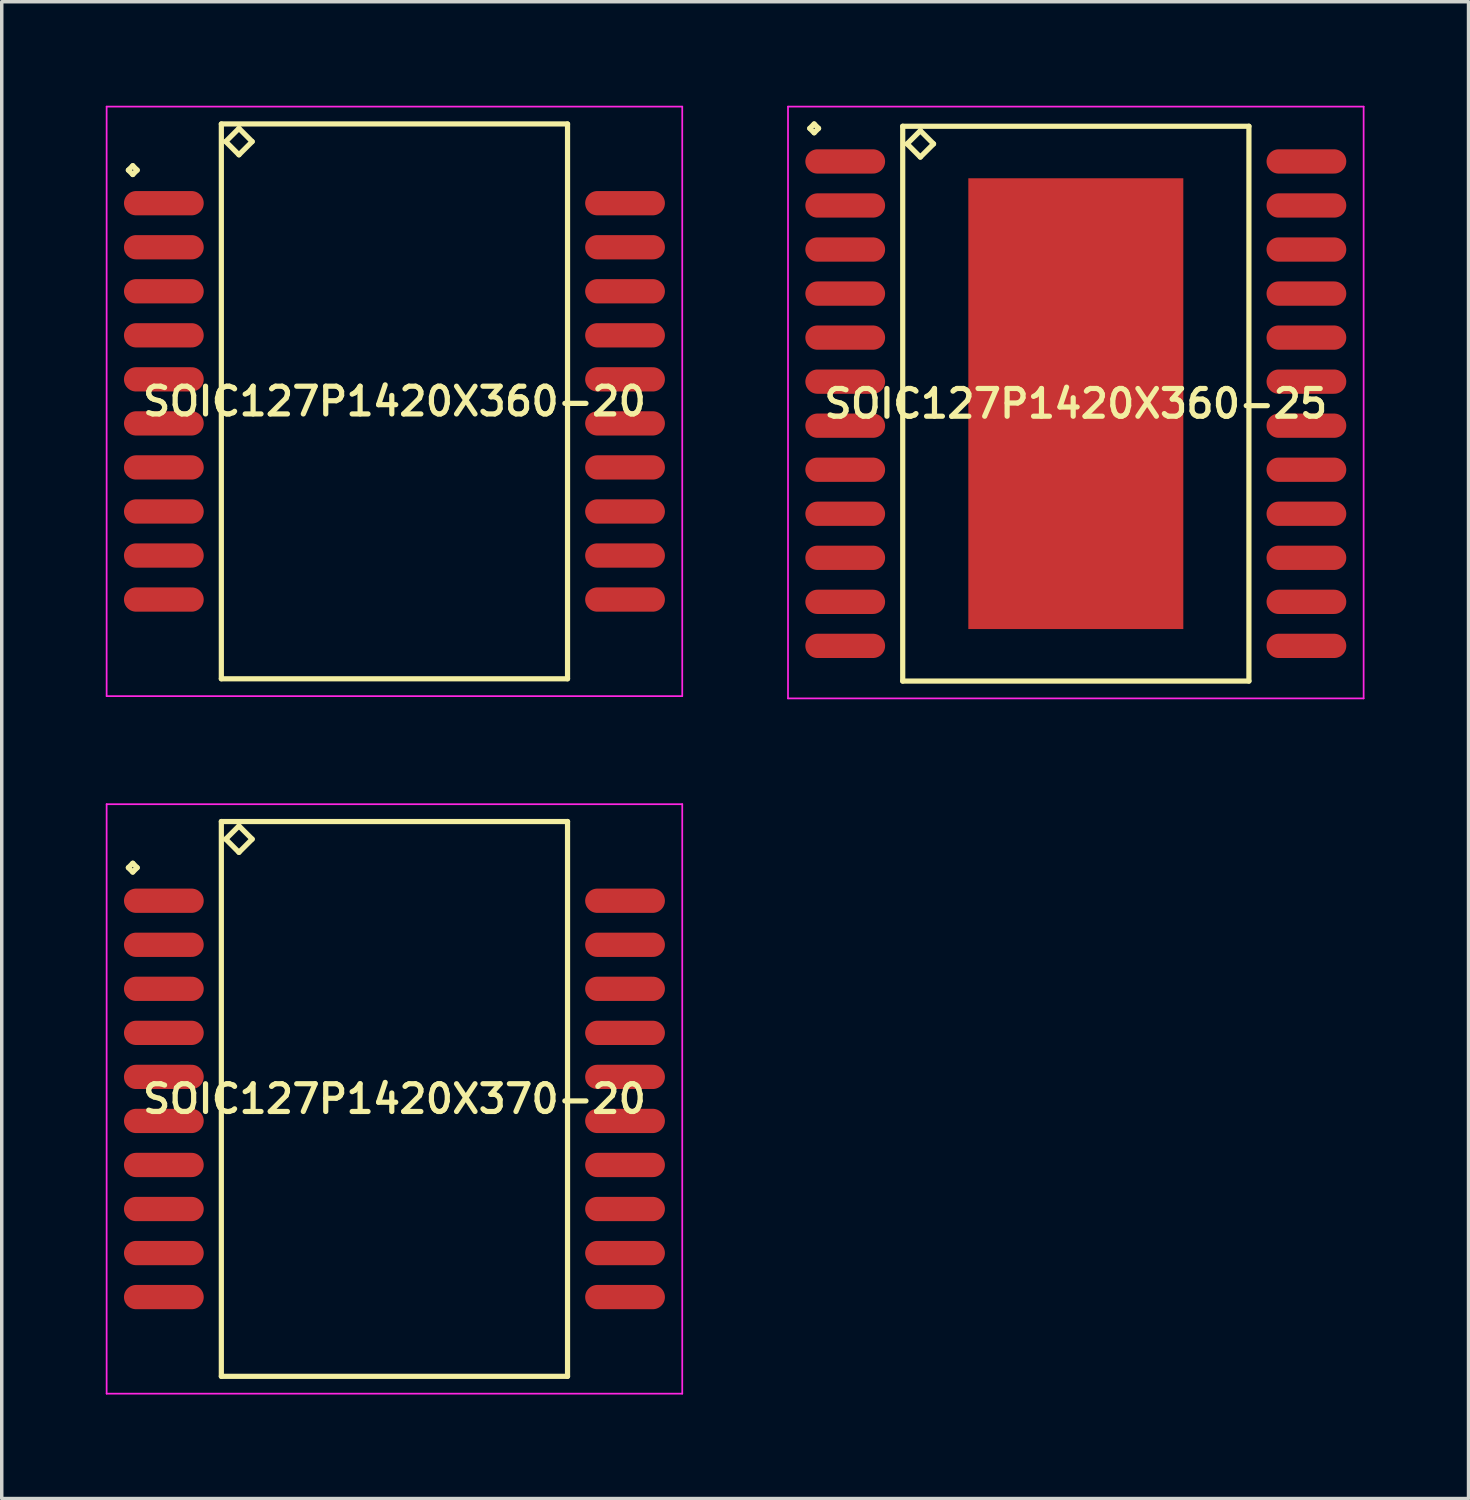
<source format=kicad_pcb>
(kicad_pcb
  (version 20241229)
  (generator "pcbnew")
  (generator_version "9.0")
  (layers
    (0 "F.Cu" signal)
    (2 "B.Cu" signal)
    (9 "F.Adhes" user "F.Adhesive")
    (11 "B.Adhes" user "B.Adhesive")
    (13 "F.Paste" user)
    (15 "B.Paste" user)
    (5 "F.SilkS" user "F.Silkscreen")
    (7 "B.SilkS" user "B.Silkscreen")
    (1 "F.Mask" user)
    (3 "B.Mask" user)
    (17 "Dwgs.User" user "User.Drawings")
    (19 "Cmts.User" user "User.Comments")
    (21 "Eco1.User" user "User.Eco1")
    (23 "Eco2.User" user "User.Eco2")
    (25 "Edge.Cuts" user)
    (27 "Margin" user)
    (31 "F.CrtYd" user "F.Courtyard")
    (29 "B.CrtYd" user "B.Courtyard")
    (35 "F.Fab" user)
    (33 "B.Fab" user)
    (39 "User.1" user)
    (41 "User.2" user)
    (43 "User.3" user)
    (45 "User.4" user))
  (footprint "SOIC127P1420X360-25"
    (layer "F.Cu")
    (at 27.975 8.591)
    (property "Reference" "SOIC127P1420X360-25" (at 0 0 0) (layer "F.SilkS") (effects (font (size 0.8 0.8) (thickness 0.15))))
    (attr smd)
    (fp_line (start -7.673 -7.939) (end -7.546 -8.066) (stroke (width 0.15) (type solid)) (layer "F.SilkS"))
    (fp_line (start -7.546 -8.066) (end -7.419 -7.939) (stroke (width 0.15) (type solid)) (layer "F.SilkS"))
    (fp_line (start -7.546 -7.812) (end -7.673 -7.939) (stroke (width 0.15) (type solid)) (layer "F.SilkS"))
    (fp_line (start -7.419 -7.939) (end -7.546 -7.812) (stroke (width 0.15) (type solid)) (layer "F.SilkS"))
    (fp_line (start -4.992 -8) (end -4.992 8) (stroke (width 0.15) (type solid)) (layer "F.SilkS"))
    (fp_line (start -4.992 8) (end 4.992 8) (stroke (width 0.15) (type solid)) (layer "F.SilkS"))
    (fp_line (start -4.865 -7.492) (end -4.484 -7.873) (stroke (width 0.15) (type solid)) (layer "F.SilkS"))
    (fp_line (start -4.484 -7.873) (end -4.103 -7.492) (stroke (width 0.15) (type solid)) (layer "F.SilkS"))
    (fp_line (start -4.484 -7.111) (end -4.865 -7.492) (stroke (width 0.15) (type solid)) (layer "F.SilkS"))
    (fp_line (start -4.103 -7.492) (end -4.484 -7.111) (stroke (width 0.15) (type solid)) (layer "F.SilkS"))
    (fp_line (start 4.992 -8) (end -4.992 -8) (stroke (width 0.15) (type solid)) (layer "F.SilkS"))
    (fp_line (start 4.992 8) (end 4.992 -8) (stroke (width 0.15) (type solid)) (layer "F.SilkS"))
    (fp_line (start -8.3 -8.566) (end 8.3 -8.566) (stroke (width 0.05) (type solid)) (layer "F.CrtYd"))
    (fp_line (start -8.3 8.5) (end -8.3 -8.566) (stroke (width 0.05) (type solid)) (layer "F.CrtYd"))
    (fp_line (start 8.3 -8.566) (end 8.3 8.5) (stroke (width 0.05) (type solid)) (layer "F.CrtYd"))
    (fp_line (start 8.3 8.5) (end -8.3 8.5) (stroke (width 0.05) (type solid)) (layer "F.CrtYd"))
    (pad "1" smd oval (at -6.65 -6.985) (size 2.3 0.7) (layers "F.Cu" "F.Mask" "F.Paste"))
    (pad "2" smd oval (at -6.65 -5.715) (size 2.3 0.7) (layers "F.Cu" "F.Mask" "F.Paste"))
    (pad "3" smd oval (at -6.65 -4.445) (size 2.3 0.7) (layers "F.Cu" "F.Mask" "F.Paste"))
    (pad "4" smd oval (at -6.65 -3.175) (size 2.3 0.7) (layers "F.Cu" "F.Mask" "F.Paste"))
    (pad "5" smd oval (at -6.65 -1.905) (size 2.3 0.7) (layers "F.Cu" "F.Mask" "F.Paste"))
    (pad "6" smd oval (at -6.65 -0.635) (size 2.3 0.7) (layers "F.Cu" "F.Mask" "F.Paste"))
    (pad "7" smd oval (at -6.65 0.635) (size 2.3 0.7) (layers "F.Cu" "F.Mask" "F.Paste"))
    (pad "8" smd oval (at -6.65 1.905) (size 2.3 0.7) (layers "F.Cu" "F.Mask" "F.Paste"))
    (pad "9" smd oval (at -6.65 3.175) (size 2.3 0.7) (layers "F.Cu" "F.Mask" "F.Paste"))
    (pad "10" smd oval (at -6.65 4.445) (size 2.3 0.7) (layers "F.Cu" "F.Mask" "F.Paste"))
    (pad "11" smd oval (at -6.65 5.715) (size 2.3 0.7) (layers "F.Cu" "F.Mask" "F.Paste"))
    (pad "12" smd oval (at -6.65 6.985) (size 2.3 0.7) (layers "F.Cu" "F.Mask" "F.Paste"))
    (pad "13" smd oval (at 6.65 6.985) (size 2.3 0.7) (layers "F.Cu" "F.Mask" "F.Paste"))
    (pad "14" smd oval (at 6.65 5.715) (size 2.3 0.7) (layers "F.Cu" "F.Mask" "F.Paste"))
    (pad "15" smd oval (at 6.65 4.445) (size 2.3 0.7) (layers "F.Cu" "F.Mask" "F.Paste"))
    (pad "16" smd oval (at 6.65 3.175) (size 2.3 0.7) (layers "F.Cu" "F.Mask" "F.Paste"))
    (pad "17" smd oval (at 6.65 1.905) (size 2.3 0.7) (layers "F.Cu" "F.Mask" "F.Paste"))
    (pad "18" smd oval (at 6.65 0.635) (size 2.3 0.7) (layers "F.Cu" "F.Mask" "F.Paste"))
    (pad "19" smd oval (at 6.65 -0.635) (size 2.3 0.7) (layers "F.Cu" "F.Mask" "F.Paste"))
    (pad "20" smd oval (at 6.65 -1.905) (size 2.3 0.7) (layers "F.Cu" "F.Mask" "F.Paste"))
    (pad "21" smd oval (at 6.65 -3.175) (size 2.3 0.7) (layers "F.Cu" "F.Mask" "F.Paste"))
    (pad "22" smd oval (at 6.65 -4.445) (size 2.3 0.7) (layers "F.Cu" "F.Mask" "F.Paste"))
    (pad "23" smd oval (at 6.65 -5.715) (size 2.3 0.7) (layers "F.Cu" "F.Mask" "F.Paste"))
    (pad "24" smd oval (at 6.65 -6.985) (size 2.3 0.7) (layers "F.Cu" "F.Mask" "F.Paste"))
    (pad "25" smd rect (at 0 0) (size 6.2 13) (layers "F.Cu" "F.Mask" "F.Paste")))
  (footprint "SOIC127P1420X360-20"
    (layer "F.Cu")
    (at 8.325 8.525)
    (property "Reference" "SOIC127P1420X360-20" (at 0 0 0) (layer "F.SilkS") (effects (font (size 0.8 0.8) (thickness 0.15))))
    (attr smd)
    (fp_line (start -7.673 -6.669) (end -7.546 -6.796) (stroke (width 0.15) (type solid)) (layer "F.SilkS"))
    (fp_line (start -7.546 -6.796) (end -7.419 -6.669) (stroke (width 0.15) (type solid)) (layer "F.SilkS"))
    (fp_line (start -7.546 -6.542) (end -7.673 -6.669) (stroke (width 0.15) (type solid)) (layer "F.SilkS"))
    (fp_line (start -7.419 -6.669) (end -7.546 -6.542) (stroke (width 0.15) (type solid)) (layer "F.SilkS"))
    (fp_line (start -4.992 -8) (end -4.992 8) (stroke (width 0.15) (type solid)) (layer "F.SilkS"))
    (fp_line (start -4.992 8) (end 4.992 8) (stroke (width 0.15) (type solid)) (layer "F.SilkS"))
    (fp_line (start -4.865 -7.492) (end -4.484 -7.873) (stroke (width 0.15) (type solid)) (layer "F.SilkS"))
    (fp_line (start -4.484 -7.873) (end -4.103 -7.492) (stroke (width 0.15) (type solid)) (layer "F.SilkS"))
    (fp_line (start -4.484 -7.111) (end -4.865 -7.492) (stroke (width 0.15) (type solid)) (layer "F.SilkS"))
    (fp_line (start -4.103 -7.492) (end -4.484 -7.111) (stroke (width 0.15) (type solid)) (layer "F.SilkS"))
    (fp_line (start 4.992 -8) (end -4.992 -8) (stroke (width 0.15) (type solid)) (layer "F.SilkS"))
    (fp_line (start 4.992 8) (end 4.992 -8) (stroke (width 0.15) (type solid)) (layer "F.SilkS"))
    (fp_line (start -8.3 -8.5) (end 8.3 -8.5) (stroke (width 0.05) (type solid)) (layer "F.CrtYd"))
    (fp_line (start -8.3 8.5) (end -8.3 -8.5) (stroke (width 0.05) (type solid)) (layer "F.CrtYd"))
    (fp_line (start 8.3 -8.5) (end 8.3 8.5) (stroke (width 0.05) (type solid)) (layer "F.CrtYd"))
    (fp_line (start 8.3 8.5) (end -8.3 8.5) (stroke (width 0.05) (type solid)) (layer "F.CrtYd"))
    (pad "1" smd oval (at -6.65 -5.715) (size 2.3 0.7) (layers "F.Cu" "F.Mask" "F.Paste"))
    (pad "2" smd oval (at -6.65 -4.445) (size 2.3 0.7) (layers "F.Cu" "F.Mask" "F.Paste"))
    (pad "3" smd oval (at -6.65 -3.175) (size 2.3 0.7) (layers "F.Cu" "F.Mask" "F.Paste"))
    (pad "4" smd oval (at -6.65 -1.905) (size 2.3 0.7) (layers "F.Cu" "F.Mask" "F.Paste"))
    (pad "5" smd oval (at -6.65 -0.635) (size 2.3 0.7) (layers "F.Cu" "F.Mask" "F.Paste"))
    (pad "6" smd oval (at -6.65 0.635) (size 2.3 0.7) (layers "F.Cu" "F.Mask" "F.Paste"))
    (pad "7" smd oval (at -6.65 1.905) (size 2.3 0.7) (layers "F.Cu" "F.Mask" "F.Paste"))
    (pad "8" smd oval (at -6.65 3.175) (size 2.3 0.7) (layers "F.Cu" "F.Mask" "F.Paste"))
    (pad "9" smd oval (at -6.65 4.445) (size 2.3 0.7) (layers "F.Cu" "F.Mask" "F.Paste"))
    (pad "10" smd oval (at -6.65 5.715) (size 2.3 0.7) (layers "F.Cu" "F.Mask" "F.Paste"))
    (pad "11" smd oval (at 6.65 5.715) (size 2.3 0.7) (layers "F.Cu" "F.Mask" "F.Paste"))
    (pad "12" smd oval (at 6.65 4.445) (size 2.3 0.7) (layers "F.Cu" "F.Mask" "F.Paste"))
    (pad "13" smd oval (at 6.65 3.175) (size 2.3 0.7) (layers "F.Cu" "F.Mask" "F.Paste"))
    (pad "14" smd oval (at 6.65 1.905) (size 2.3 0.7) (layers "F.Cu" "F.Mask" "F.Paste"))
    (pad "15" smd oval (at 6.65 0.635) (size 2.3 0.7) (layers "F.Cu" "F.Mask" "F.Paste"))
    (pad "16" smd oval (at 6.65 -0.635) (size 2.3 0.7) (layers "F.Cu" "F.Mask" "F.Paste"))
    (pad "17" smd oval (at 6.65 -1.905) (size 2.3 0.7) (layers "F.Cu" "F.Mask" "F.Paste"))
    (pad "18" smd oval (at 6.65 -3.175) (size 2.3 0.7) (layers "F.Cu" "F.Mask" "F.Paste"))
    (pad "19" smd oval (at 6.65 -4.445) (size 2.3 0.7) (layers "F.Cu" "F.Mask" "F.Paste"))
    (pad "20" smd oval (at 6.65 -5.715) (size 2.3 0.7) (layers "F.Cu" "F.Mask" "F.Paste")))
  (footprint "SOIC127P1420X370-20"
    (layer "F.Cu")
    (at 8.325 28.641)
    (property "Reference" "SOIC127P1420X370-20" (at 0 0 0) (layer "F.SilkS") (effects (font (size 0.8 0.8) (thickness 0.15))))
    (attr smd)
    (fp_line (start -7.673 -6.669) (end -7.546 -6.796) (stroke (width 0.15) (type solid)) (layer "F.SilkS"))
    (fp_line (start -7.546 -6.796) (end -7.419 -6.669) (stroke (width 0.15) (type solid)) (layer "F.SilkS"))
    (fp_line (start -7.546 -6.542) (end -7.673 -6.669) (stroke (width 0.15) (type solid)) (layer "F.SilkS"))
    (fp_line (start -7.419 -6.669) (end -7.546 -6.542) (stroke (width 0.15) (type solid)) (layer "F.SilkS"))
    (fp_line (start -4.992 -8) (end -4.992 8) (stroke (width 0.15) (type solid)) (layer "F.SilkS"))
    (fp_line (start -4.992 8) (end 4.992 8) (stroke (width 0.15) (type solid)) (layer "F.SilkS"))
    (fp_line (start -4.865 -7.492) (end -4.484 -7.873) (stroke (width 0.15) (type solid)) (layer "F.SilkS"))
    (fp_line (start -4.484 -7.873) (end -4.103 -7.492) (stroke (width 0.15) (type solid)) (layer "F.SilkS"))
    (fp_line (start -4.484 -7.111) (end -4.865 -7.492) (stroke (width 0.15) (type solid)) (layer "F.SilkS"))
    (fp_line (start -4.103 -7.492) (end -4.484 -7.111) (stroke (width 0.15) (type solid)) (layer "F.SilkS"))
    (fp_line (start 4.992 -8) (end -4.992 -8) (stroke (width 0.15) (type solid)) (layer "F.SilkS"))
    (fp_line (start 4.992 8) (end 4.992 -8) (stroke (width 0.15) (type solid)) (layer "F.SilkS"))
    (fp_line (start -8.3 -8.5) (end 8.3 -8.5) (stroke (width 0.05) (type solid)) (layer "F.CrtYd"))
    (fp_line (start -8.3 8.5) (end -8.3 -8.5) (stroke (width 0.05) (type solid)) (layer "F.CrtYd"))
    (fp_line (start 8.3 -8.5) (end 8.3 8.5) (stroke (width 0.05) (type solid)) (layer "F.CrtYd"))
    (fp_line (start 8.3 8.5) (end -8.3 8.5) (stroke (width 0.05) (type solid)) (layer "F.CrtYd"))
    (pad "1" smd oval (at -6.65 -5.715) (size 2.3 0.7) (layers "F.Cu" "F.Mask" "F.Paste"))
    (pad "2" smd oval (at -6.65 -4.445) (size 2.3 0.7) (layers "F.Cu" "F.Mask" "F.Paste"))
    (pad "3" smd oval (at -6.65 -3.175) (size 2.3 0.7) (layers "F.Cu" "F.Mask" "F.Paste"))
    (pad "4" smd oval (at -6.65 -1.905) (size 2.3 0.7) (layers "F.Cu" "F.Mask" "F.Paste"))
    (pad "5" smd oval (at -6.65 -0.635) (size 2.3 0.7) (layers "F.Cu" "F.Mask" "F.Paste"))
    (pad "6" smd oval (at -6.65 0.635) (size 2.3 0.7) (layers "F.Cu" "F.Mask" "F.Paste"))
    (pad "7" smd oval (at -6.65 1.905) (size 2.3 0.7) (layers "F.Cu" "F.Mask" "F.Paste"))
    (pad "8" smd oval (at -6.65 3.175) (size 2.3 0.7) (layers "F.Cu" "F.Mask" "F.Paste"))
    (pad "9" smd oval (at -6.65 4.445) (size 2.3 0.7) (layers "F.Cu" "F.Mask" "F.Paste"))
    (pad "10" smd oval (at -6.65 5.715) (size 2.3 0.7) (layers "F.Cu" "F.Mask" "F.Paste"))
    (pad "11" smd oval (at 6.65 5.715) (size 2.3 0.7) (layers "F.Cu" "F.Mask" "F.Paste"))
    (pad "12" smd oval (at 6.65 4.445) (size 2.3 0.7) (layers "F.Cu" "F.Mask" "F.Paste"))
    (pad "13" smd oval (at 6.65 3.175) (size 2.3 0.7) (layers "F.Cu" "F.Mask" "F.Paste"))
    (pad "14" smd oval (at 6.65 1.905) (size 2.3 0.7) (layers "F.Cu" "F.Mask" "F.Paste"))
    (pad "15" smd oval (at 6.65 0.635) (size 2.3 0.7) (layers "F.Cu" "F.Mask" "F.Paste"))
    (pad "16" smd oval (at 6.65 -0.635) (size 2.3 0.7) (layers "F.Cu" "F.Mask" "F.Paste"))
    (pad "17" smd oval (at 6.65 -1.905) (size 2.3 0.7) (layers "F.Cu" "F.Mask" "F.Paste"))
    (pad "18" smd oval (at 6.65 -3.175) (size 2.3 0.7) (layers "F.Cu" "F.Mask" "F.Paste"))
    (pad "19" smd oval (at 6.65 -4.445) (size 2.3 0.7) (layers "F.Cu" "F.Mask" "F.Paste"))
    (pad "20" smd oval (at 6.65 -5.715) (size 2.3 0.7) (layers "F.Cu" "F.Mask" "F.Paste")))
  (gr_rect
    (start -3 -3)
    (end 39.3 40.166)
    (stroke (width 0.1) (type default))
    (fill no)
    (layer "Edge.Cuts")))
</source>
